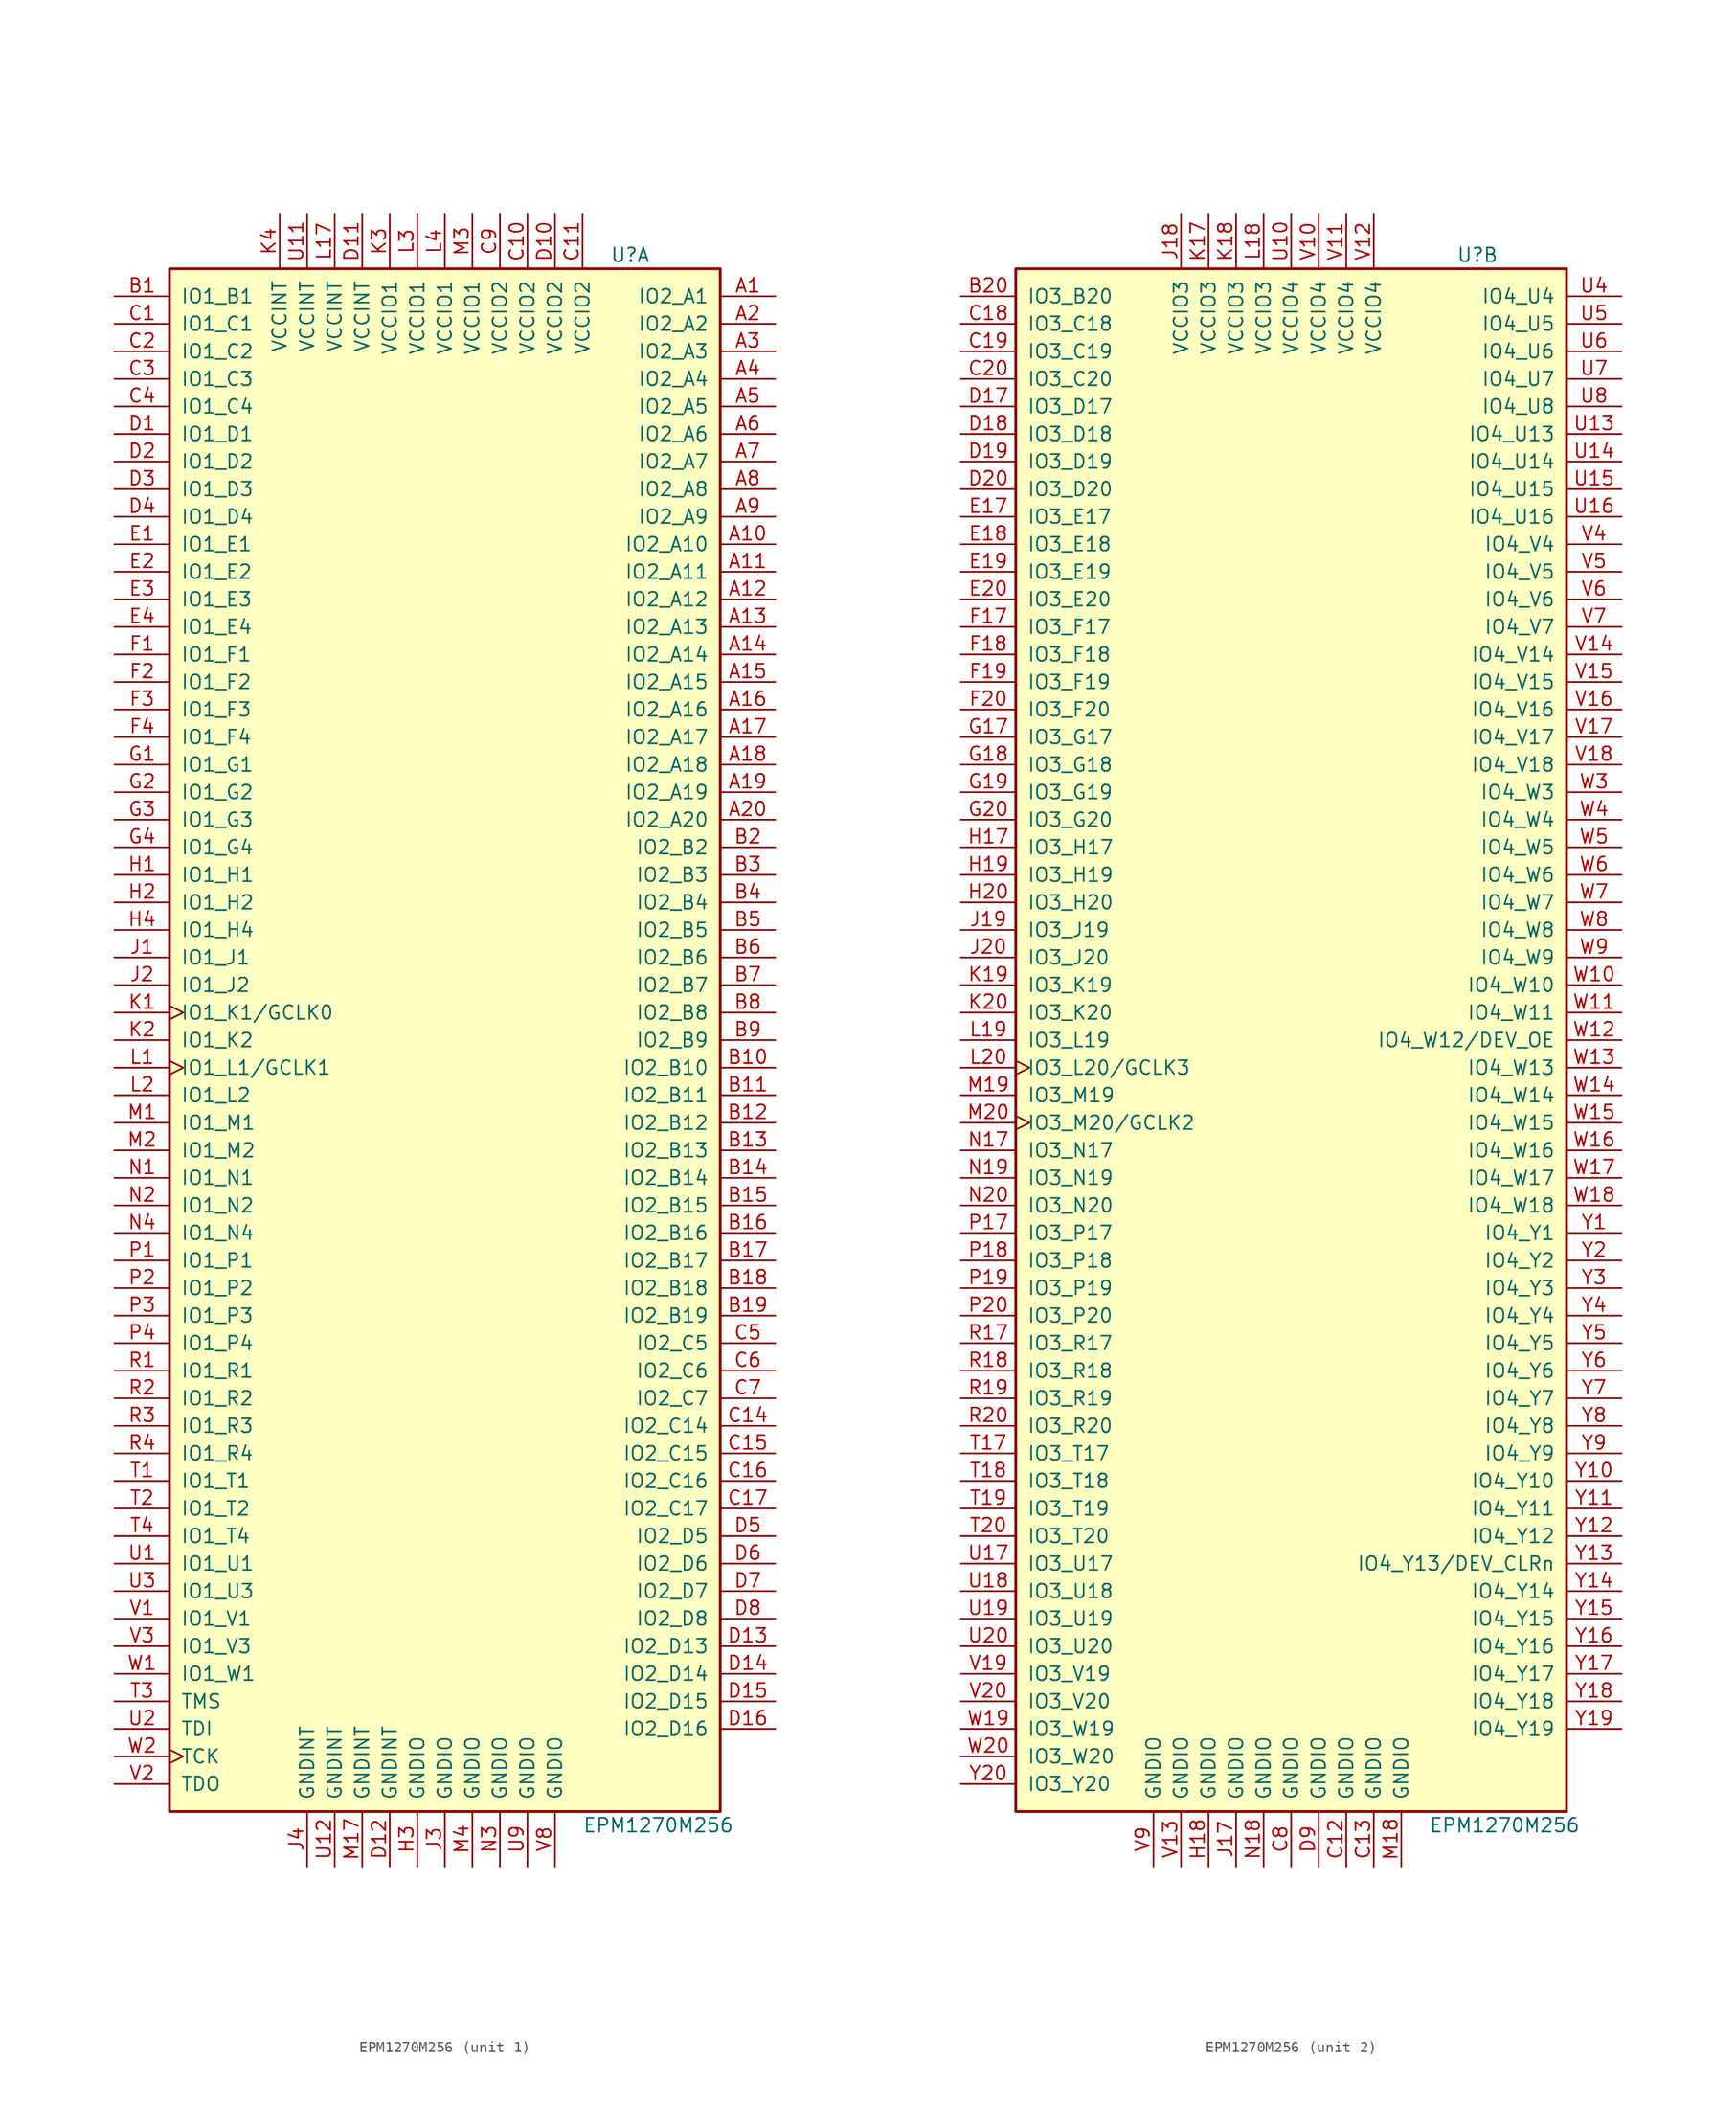
<source format=kicad_sym>
(kicad_symbol_lib
  (version 20231120)
  (generator "kicad_symbol_editor")
  (generator_version "8.0")
  (symbol "EPM1270M256"
    (pin_names
      (offset 1.016))
    (property "Reference" "U"
      (at 15.24 72.39 0)
      (effects (font (size 1.27 1.27)) (justify left)))
    (property "Value" "EPM1270M256"
      (at 12.7 -72.39 0)
      (effects (font (size 1.27 1.27)) (justify left)))
    (property "ki_locked" ""
      (at 0 0 0)
      (effects (font (size 1.27 1.27))))
    (symbol "EPM1270M256_1_1"
      (rectangle (start -25.4 71.12) (end 25.4 -71.12) (stroke (width 0.254) (type default)) (fill (type background)))
      (pin bidirectional line (at 30.48 68.58 180) (length 5.08) (name "IO2_A1" (effects (font (size 1.27 1.27)))) (number "A1" (effects (font (size 1.27 1.27)))))
      (pin bidirectional line (at 30.48 45.72 180) (length 5.08) (name "IO2_A10" (effects (font (size 1.27 1.27)))) (number "A10" (effects (font (size 1.27 1.27)))))
      (pin bidirectional line (at 30.48 43.18 180) (length 5.08) (name "IO2_A11" (effects (font (size 1.27 1.27)))) (number "A11" (effects (font (size 1.27 1.27)))))
      (pin bidirectional line (at 30.48 40.64 180) (length 5.08) (name "IO2_A12" (effects (font (size 1.27 1.27)))) (number "A12" (effects (font (size 1.27 1.27)))))
      (pin bidirectional line (at 30.48 38.1 180) (length 5.08) (name "IO2_A13" (effects (font (size 1.27 1.27)))) (number "A13" (effects (font (size 1.27 1.27)))))
      (pin bidirectional line (at 30.48 35.56 180) (length 5.08) (name "IO2_A14" (effects (font (size 1.27 1.27)))) (number "A14" (effects (font (size 1.27 1.27)))))
      (pin bidirectional line (at 30.48 33.02 180) (length 5.08) (name "IO2_A15" (effects (font (size 1.27 1.27)))) (number "A15" (effects (font (size 1.27 1.27)))))
      (pin bidirectional line (at 30.48 30.48 180) (length 5.08) (name "IO2_A16" (effects (font (size 1.27 1.27)))) (number "A16" (effects (font (size 1.27 1.27)))))
      (pin bidirectional line (at 30.48 27.94 180) (length 5.08) (name "IO2_A17" (effects (font (size 1.27 1.27)))) (number "A17" (effects (font (size 1.27 1.27)))))
      (pin bidirectional line (at 30.48 25.4 180) (length 5.08) (name "IO2_A18" (effects (font (size 1.27 1.27)))) (number "A18" (effects (font (size 1.27 1.27)))))
      (pin bidirectional line (at 30.48 22.86 180) (length 5.08) (name "IO2_A19" (effects (font (size 1.27 1.27)))) (number "A19" (effects (font (size 1.27 1.27)))))
      (pin bidirectional line (at 30.48 66.04 180) (length 5.08) (name "IO2_A2" (effects (font (size 1.27 1.27)))) (number "A2" (effects (font (size 1.27 1.27)))))
      (pin bidirectional line (at 30.48 20.32 180) (length 5.08) (name "IO2_A20" (effects (font (size 1.27 1.27)))) (number "A20" (effects (font (size 1.27 1.27)))))
      (pin bidirectional line (at 30.48 63.5 180) (length 5.08) (name "IO2_A3" (effects (font (size 1.27 1.27)))) (number "A3" (effects (font (size 1.27 1.27)))))
      (pin bidirectional line (at 30.48 60.96 180) (length 5.08) (name "IO2_A4" (effects (font (size 1.27 1.27)))) (number "A4" (effects (font (size 1.27 1.27)))))
      (pin bidirectional line (at 30.48 58.42 180) (length 5.08) (name "IO2_A5" (effects (font (size 1.27 1.27)))) (number "A5" (effects (font (size 1.27 1.27)))))
      (pin bidirectional line (at 30.48 55.88 180) (length 5.08) (name "IO2_A6" (effects (font (size 1.27 1.27)))) (number "A6" (effects (font (size 1.27 1.27)))))
      (pin bidirectional line (at 30.48 53.34 180) (length 5.08) (name "IO2_A7" (effects (font (size 1.27 1.27)))) (number "A7" (effects (font (size 1.27 1.27)))))
      (pin bidirectional line (at 30.48 50.8 180) (length 5.08) (name "IO2_A8" (effects (font (size 1.27 1.27)))) (number "A8" (effects (font (size 1.27 1.27)))))
      (pin bidirectional line (at 30.48 48.26 180) (length 5.08) (name "IO2_A9" (effects (font (size 1.27 1.27)))) (number "A9" (effects (font (size 1.27 1.27)))))
      (pin bidirectional line (at -30.48 68.58 0) (length 5.08) (name "IO1_B1" (effects (font (size 1.27 1.27)))) (number "B1" (effects (font (size 1.27 1.27)))))
      (pin bidirectional line (at 30.48 -2.54 180) (length 5.08) (name "IO2_B10" (effects (font (size 1.27 1.27)))) (number "B10" (effects (font (size 1.27 1.27)))))
      (pin bidirectional line (at 30.48 -5.08 180) (length 5.08) (name "IO2_B11" (effects (font (size 1.27 1.27)))) (number "B11" (effects (font (size 1.27 1.27)))))
      (pin bidirectional line (at 30.48 -7.62 180) (length 5.08) (name "IO2_B12" (effects (font (size 1.27 1.27)))) (number "B12" (effects (font (size 1.27 1.27)))))
      (pin bidirectional line (at 30.48 -10.16 180) (length 5.08) (name "IO2_B13" (effects (font (size 1.27 1.27)))) (number "B13" (effects (font (size 1.27 1.27)))))
      (pin bidirectional line (at 30.48 -12.7 180) (length 5.08) (name "IO2_B14" (effects (font (size 1.27 1.27)))) (number "B14" (effects (font (size 1.27 1.27)))))
      (pin bidirectional line (at 30.48 -15.24 180) (length 5.08) (name "IO2_B15" (effects (font (size 1.27 1.27)))) (number "B15" (effects (font (size 1.27 1.27)))))
      (pin bidirectional line (at 30.48 -17.78 180) (length 5.08) (name "IO2_B16" (effects (font (size 1.27 1.27)))) (number "B16" (effects (font (size 1.27 1.27)))))
      (pin bidirectional line (at 30.48 -20.32 180) (length 5.08) (name "IO2_B17" (effects (font (size 1.27 1.27)))) (number "B17" (effects (font (size 1.27 1.27)))))
      (pin bidirectional line (at 30.48 -22.86 180) (length 5.08) (name "IO2_B18" (effects (font (size 1.27 1.27)))) (number "B18" (effects (font (size 1.27 1.27)))))
      (pin bidirectional line (at 30.48 -25.4 180) (length 5.08) (name "IO2_B19" (effects (font (size 1.27 1.27)))) (number "B19" (effects (font (size 1.27 1.27)))))
      (pin bidirectional line (at 30.48 17.78 180) (length 5.08) (name "IO2_B2" (effects (font (size 1.27 1.27)))) (number "B2" (effects (font (size 1.27 1.27)))))
      (pin bidirectional line (at 30.48 15.24 180) (length 5.08) (name "IO2_B3" (effects (font (size 1.27 1.27)))) (number "B3" (effects (font (size 1.27 1.27)))))
      (pin bidirectional line (at 30.48 12.7 180) (length 5.08) (name "IO2_B4" (effects (font (size 1.27 1.27)))) (number "B4" (effects (font (size 1.27 1.27)))))
      (pin bidirectional line (at 30.48 10.16 180) (length 5.08) (name "IO2_B5" (effects (font (size 1.27 1.27)))) (number "B5" (effects (font (size 1.27 1.27)))))
      (pin bidirectional line (at 30.48 7.62 180) (length 5.08) (name "IO2_B6" (effects (font (size 1.27 1.27)))) (number "B6" (effects (font (size 1.27 1.27)))))
      (pin bidirectional line (at 30.48 5.08 180) (length 5.08) (name "IO2_B7" (effects (font (size 1.27 1.27)))) (number "B7" (effects (font (size 1.27 1.27)))))
      (pin bidirectional line (at 30.48 2.54 180) (length 5.08) (name "IO2_B8" (effects (font (size 1.27 1.27)))) (number "B8" (effects (font (size 1.27 1.27)))))
      (pin bidirectional line (at 30.48 0 180) (length 5.08) (name "IO2_B9" (effects (font (size 1.27 1.27)))) (number "B9" (effects (font (size 1.27 1.27)))))
      (pin bidirectional line (at -30.48 66.04 0) (length 5.08) (name "IO1_C1" (effects (font (size 1.27 1.27)))) (number "C1" (effects (font (size 1.27 1.27)))))
      (pin power_in line (at 7.62 76.2 270) (length 5.08) (name "VCCIO2" (effects (font (size 1.27 1.27)))) (number "C10" (effects (font (size 1.27 1.27)))))
      (pin power_in line (at 12.7 76.2 270) (length 5.08) (name "VCCIO2" (effects (font (size 1.27 1.27)))) (number "C11" (effects (font (size 1.27 1.27)))))
      (pin bidirectional line (at 30.48 -35.56 180) (length 5.08) (name "IO2_C14" (effects (font (size 1.27 1.27)))) (number "C14" (effects (font (size 1.27 1.27)))))
      (pin bidirectional line (at 30.48 -38.1 180) (length 5.08) (name "IO2_C15" (effects (font (size 1.27 1.27)))) (number "C15" (effects (font (size 1.27 1.27)))))
      (pin bidirectional line (at 30.48 -40.64 180) (length 5.08) (name "IO2_C16" (effects (font (size 1.27 1.27)))) (number "C16" (effects (font (size 1.27 1.27)))))
      (pin bidirectional line (at 30.48 -43.18 180) (length 5.08) (name "IO2_C17" (effects (font (size 1.27 1.27)))) (number "C17" (effects (font (size 1.27 1.27)))))
      (pin bidirectional line (at -30.48 63.5 0) (length 5.08) (name "IO1_C2" (effects (font (size 1.27 1.27)))) (number "C2" (effects (font (size 1.27 1.27)))))
      (pin bidirectional line (at -30.48 60.96 0) (length 5.08) (name "IO1_C3" (effects (font (size 1.27 1.27)))) (number "C3" (effects (font (size 1.27 1.27)))))
      (pin bidirectional line (at -30.48 58.42 0) (length 5.08) (name "IO1_C4" (effects (font (size 1.27 1.27)))) (number "C4" (effects (font (size 1.27 1.27)))))
      (pin bidirectional line (at 30.48 -27.94 180) (length 5.08) (name "IO2_C5" (effects (font (size 1.27 1.27)))) (number "C5" (effects (font (size 1.27 1.27)))))
      (pin bidirectional line (at 30.48 -30.48 180) (length 5.08) (name "IO2_C6" (effects (font (size 1.27 1.27)))) (number "C6" (effects (font (size 1.27 1.27)))))
      (pin bidirectional line (at 30.48 -33.02 180) (length 5.08) (name "IO2_C7" (effects (font (size 1.27 1.27)))) (number "C7" (effects (font (size 1.27 1.27)))))
      (pin power_in line (at 5.08 76.2 270) (length 5.08) (name "VCCIO2" (effects (font (size 1.27 1.27)))) (number "C9" (effects (font (size 1.27 1.27)))))
      (pin bidirectional line (at -30.48 55.88 0) (length 5.08) (name "IO1_D1" (effects (font (size 1.27 1.27)))) (number "D1" (effects (font (size 1.27 1.27)))))
      (pin power_in line (at 10.16 76.2 270) (length 5.08) (name "VCCIO2" (effects (font (size 1.27 1.27)))) (number "D10" (effects (font (size 1.27 1.27)))))
      (pin power_in line (at -7.62 76.2 270) (length 5.08) (name "VCCINT" (effects (font (size 1.27 1.27)))) (number "D11" (effects (font (size 1.27 1.27)))))
      (pin power_in line (at -5.08 -76.2 90) (length 5.08) (name "GNDINT" (effects (font (size 1.27 1.27)))) (number "D12" (effects (font (size 1.27 1.27)))))
      (pin bidirectional line (at 30.48 -55.88 180) (length 5.08) (name "IO2_D13" (effects (font (size 1.27 1.27)))) (number "D13" (effects (font (size 1.27 1.27)))))
      (pin bidirectional line (at 30.48 -58.42 180) (length 5.08) (name "IO2_D14" (effects (font (size 1.27 1.27)))) (number "D14" (effects (font (size 1.27 1.27)))))
      (pin bidirectional line (at 30.48 -60.96 180) (length 5.08) (name "IO2_D15" (effects (font (size 1.27 1.27)))) (number "D15" (effects (font (size 1.27 1.27)))))
      (pin bidirectional line (at 30.48 -63.5 180) (length 5.08) (name "IO2_D16" (effects (font (size 1.27 1.27)))) (number "D16" (effects (font (size 1.27 1.27)))))
      (pin bidirectional line (at -30.48 53.34 0) (length 5.08) (name "IO1_D2" (effects (font (size 1.27 1.27)))) (number "D2" (effects (font (size 1.27 1.27)))))
      (pin bidirectional line (at -30.48 50.8 0) (length 5.08) (name "IO1_D3" (effects (font (size 1.27 1.27)))) (number "D3" (effects (font (size 1.27 1.27)))))
      (pin bidirectional line (at -30.48 48.26 0) (length 5.08) (name "IO1_D4" (effects (font (size 1.27 1.27)))) (number "D4" (effects (font (size 1.27 1.27)))))
      (pin bidirectional line (at 30.48 -45.72 180) (length 5.08) (name "IO2_D5" (effects (font (size 1.27 1.27)))) (number "D5" (effects (font (size 1.27 1.27)))))
      (pin bidirectional line (at 30.48 -48.26 180) (length 5.08) (name "IO2_D6" (effects (font (size 1.27 1.27)))) (number "D6" (effects (font (size 1.27 1.27)))))
      (pin bidirectional line (at 30.48 -50.8 180) (length 5.08) (name "IO2_D7" (effects (font (size 1.27 1.27)))) (number "D7" (effects (font (size 1.27 1.27)))))
      (pin bidirectional line (at 30.48 -53.34 180) (length 5.08) (name "IO2_D8" (effects (font (size 1.27 1.27)))) (number "D8" (effects (font (size 1.27 1.27)))))
      (pin bidirectional line (at -30.48 45.72 0) (length 5.08) (name "IO1_E1" (effects (font (size 1.27 1.27)))) (number "E1" (effects (font (size 1.27 1.27)))))
      (pin bidirectional line (at -30.48 43.18 0) (length 5.08) (name "IO1_E2" (effects (font (size 1.27 1.27)))) (number "E2" (effects (font (size 1.27 1.27)))))
      (pin bidirectional line (at -30.48 40.64 0) (length 5.08) (name "IO1_E3" (effects (font (size 1.27 1.27)))) (number "E3" (effects (font (size 1.27 1.27)))))
      (pin bidirectional line (at -30.48 38.1 0) (length 5.08) (name "IO1_E4" (effects (font (size 1.27 1.27)))) (number "E4" (effects (font (size 1.27 1.27)))))
      (pin bidirectional line (at -30.48 35.56 0) (length 5.08) (name "IO1_F1" (effects (font (size 1.27 1.27)))) (number "F1" (effects (font (size 1.27 1.27)))))
      (pin bidirectional line (at -30.48 33.02 0) (length 5.08) (name "IO1_F2" (effects (font (size 1.27 1.27)))) (number "F2" (effects (font (size 1.27 1.27)))))
      (pin bidirectional line (at -30.48 30.48 0) (length 5.08) (name "IO1_F3" (effects (font (size 1.27 1.27)))) (number "F3" (effects (font (size 1.27 1.27)))))
      (pin bidirectional line (at -30.48 27.94 0) (length 5.08) (name "IO1_F4" (effects (font (size 1.27 1.27)))) (number "F4" (effects (font (size 1.27 1.27)))))
      (pin bidirectional line (at -30.48 25.4 0) (length 5.08) (name "IO1_G1" (effects (font (size 1.27 1.27)))) (number "G1" (effects (font (size 1.27 1.27)))))
      (pin bidirectional line (at -30.48 22.86 0) (length 5.08) (name "IO1_G2" (effects (font (size 1.27 1.27)))) (number "G2" (effects (font (size 1.27 1.27)))))
      (pin bidirectional line (at -30.48 20.32 0) (length 5.08) (name "IO1_G3" (effects (font (size 1.27 1.27)))) (number "G3" (effects (font (size 1.27 1.27)))))
      (pin bidirectional line (at -30.48 17.78 0) (length 5.08) (name "IO1_G4" (effects (font (size 1.27 1.27)))) (number "G4" (effects (font (size 1.27 1.27)))))
      (pin bidirectional line (at -30.48 15.24 0) (length 5.08) (name "IO1_H1" (effects (font (size 1.27 1.27)))) (number "H1" (effects (font (size 1.27 1.27)))))
      (pin bidirectional line (at -30.48 12.7 0) (length 5.08) (name "IO1_H2" (effects (font (size 1.27 1.27)))) (number "H2" (effects (font (size 1.27 1.27)))))
      (pin power_in line (at -2.54 -76.2 90) (length 5.08) (name "GNDIO" (effects (font (size 1.27 1.27)))) (number "H3" (effects (font (size 1.27 1.27)))))
      (pin bidirectional line (at -30.48 10.16 0) (length 5.08) (name "IO1_H4" (effects (font (size 1.27 1.27)))) (number "H4" (effects (font (size 1.27 1.27)))))
      (pin bidirectional line (at -30.48 7.62 0) (length 5.08) (name "IO1_J1" (effects (font (size 1.27 1.27)))) (number "J1" (effects (font (size 1.27 1.27)))))
      (pin bidirectional line (at -30.48 5.08 0) (length 5.08) (name "IO1_J2" (effects (font (size 1.27 1.27)))) (number "J2" (effects (font (size 1.27 1.27)))))
      (pin power_in line (at 0 -76.2 90) (length 5.08) (name "GNDIO" (effects (font (size 1.27 1.27)))) (number "J3" (effects (font (size 1.27 1.27)))))
      (pin power_in line (at -12.7 -76.2 90) (length 5.08) (name "GNDINT" (effects (font (size 1.27 1.27)))) (number "J4" (effects (font (size 1.27 1.27)))))
      (pin bidirectional clock (at -30.48 2.54 0) (length 5.08) (name "IO1_K1/GCLK0" (effects (font (size 1.27 1.27)))) (number "K1" (effects (font (size 1.27 1.27)))))
      (pin bidirectional line (at -30.48 0 0) (length 5.08) (name "IO1_K2" (effects (font (size 1.27 1.27)))) (number "K2" (effects (font (size 1.27 1.27)))))
      (pin power_in line (at -5.08 76.2 270) (length 5.08) (name "VCCIO1" (effects (font (size 1.27 1.27)))) (number "K3" (effects (font (size 1.27 1.27)))))
      (pin power_in line (at -15.24 76.2 270) (length 5.08) (name "VCCINT" (effects (font (size 1.27 1.27)))) (number "K4" (effects (font (size 1.27 1.27)))))
      (pin bidirectional clock (at -30.48 -2.54 0) (length 5.08) (name "IO1_L1/GCLK1" (effects (font (size 1.27 1.27)))) (number "L1" (effects (font (size 1.27 1.27)))))
      (pin power_in line (at -10.16 76.2 270) (length 5.08) (name "VCCINT" (effects (font (size 1.27 1.27)))) (number "L17" (effects (font (size 1.27 1.27)))))
      (pin bidirectional line (at -30.48 -5.08 0) (length 5.08) (name "IO1_L2" (effects (font (size 1.27 1.27)))) (number "L2" (effects (font (size 1.27 1.27)))))
      (pin power_in line (at -2.54 76.2 270) (length 5.08) (name "VCCIO1" (effects (font (size 1.27 1.27)))) (number "L3" (effects (font (size 1.27 1.27)))))
      (pin power_in line (at 0 76.2 270) (length 5.08) (name "VCCIO1" (effects (font (size 1.27 1.27)))) (number "L4" (effects (font (size 1.27 1.27)))))
      (pin bidirectional line (at -30.48 -7.62 0) (length 5.08) (name "IO1_M1" (effects (font (size 1.27 1.27)))) (number "M1" (effects (font (size 1.27 1.27)))))
      (pin power_in line (at -7.62 -76.2 90) (length 5.08) (name "GNDINT" (effects (font (size 1.27 1.27)))) (number "M17" (effects (font (size 1.27 1.27)))))
      (pin bidirectional line (at -30.48 -10.16 0) (length 5.08) (name "IO1_M2" (effects (font (size 1.27 1.27)))) (number "M2" (effects (font (size 1.27 1.27)))))
      (pin power_in line (at 2.54 76.2 270) (length 5.08) (name "VCCIO1" (effects (font (size 1.27 1.27)))) (number "M3" (effects (font (size 1.27 1.27)))))
      (pin power_in line (at 2.54 -76.2 90) (length 5.08) (name "GNDIO" (effects (font (size 1.27 1.27)))) (number "M4" (effects (font (size 1.27 1.27)))))
      (pin bidirectional line (at -30.48 -12.7 0) (length 5.08) (name "IO1_N1" (effects (font (size 1.27 1.27)))) (number "N1" (effects (font (size 1.27 1.27)))))
      (pin bidirectional line (at -30.48 -15.24 0) (length 5.08) (name "IO1_N2" (effects (font (size 1.27 1.27)))) (number "N2" (effects (font (size 1.27 1.27)))))
      (pin power_in line (at 5.08 -76.2 90) (length 5.08) (name "GNDIO" (effects (font (size 1.27 1.27)))) (number "N3" (effects (font (size 1.27 1.27)))))
      (pin bidirectional line (at -30.48 -17.78 0) (length 5.08) (name "IO1_N4" (effects (font (size 1.27 1.27)))) (number "N4" (effects (font (size 1.27 1.27)))))
      (pin bidirectional line (at -30.48 -20.32 0) (length 5.08) (name "IO1_P1" (effects (font (size 1.27 1.27)))) (number "P1" (effects (font (size 1.27 1.27)))))
      (pin bidirectional line (at -30.48 -22.86 0) (length 5.08) (name "IO1_P2" (effects (font (size 1.27 1.27)))) (number "P2" (effects (font (size 1.27 1.27)))))
      (pin bidirectional line (at -30.48 -25.4 0) (length 5.08) (name "IO1_P3" (effects (font (size 1.27 1.27)))) (number "P3" (effects (font (size 1.27 1.27)))))
      (pin bidirectional line (at -30.48 -27.94 0) (length 5.08) (name "IO1_P4" (effects (font (size 1.27 1.27)))) (number "P4" (effects (font (size 1.27 1.27)))))
      (pin bidirectional line (at -30.48 -30.48 0) (length 5.08) (name "IO1_R1" (effects (font (size 1.27 1.27)))) (number "R1" (effects (font (size 1.27 1.27)))))
      (pin bidirectional line (at -30.48 -33.02 0) (length 5.08) (name "IO1_R2" (effects (font (size 1.27 1.27)))) (number "R2" (effects (font (size 1.27 1.27)))))
      (pin bidirectional line (at -30.48 -35.56 0) (length 5.08) (name "IO1_R3" (effects (font (size 1.27 1.27)))) (number "R3" (effects (font (size 1.27 1.27)))))
      (pin bidirectional line (at -30.48 -38.1 0) (length 5.08) (name "IO1_R4" (effects (font (size 1.27 1.27)))) (number "R4" (effects (font (size 1.27 1.27)))))
      (pin bidirectional line (at -30.48 -40.64 0) (length 5.08) (name "IO1_T1" (effects (font (size 1.27 1.27)))) (number "T1" (effects (font (size 1.27 1.27)))))
      (pin bidirectional line (at -30.48 -43.18 0) (length 5.08) (name "IO1_T2" (effects (font (size 1.27 1.27)))) (number "T2" (effects (font (size 1.27 1.27)))))
      (pin input line (at -30.48 -60.96 0) (length 5.08) (name "TMS" (effects (font (size 1.27 1.27)))) (number "T3" (effects (font (size 1.27 1.27)))))
      (pin bidirectional line (at -30.48 -45.72 0) (length 5.08) (name "IO1_T4" (effects (font (size 1.27 1.27)))) (number "T4" (effects (font (size 1.27 1.27)))))
      (pin bidirectional line (at -30.48 -48.26 0) (length 5.08) (name "IO1_U1" (effects (font (size 1.27 1.27)))) (number "U1" (effects (font (size 1.27 1.27)))))
      (pin power_in line (at -12.7 76.2 270) (length 5.08) (name "VCCINT" (effects (font (size 1.27 1.27)))) (number "U11" (effects (font (size 1.27 1.27)))))
      (pin power_in line (at -10.16 -76.2 90) (length 5.08) (name "GNDINT" (effects (font (size 1.27 1.27)))) (number "U12" (effects (font (size 1.27 1.27)))))
      (pin input line (at -30.48 -63.5 0) (length 5.08) (name "TDI" (effects (font (size 1.27 1.27)))) (number "U2" (effects (font (size 1.27 1.27)))))
      (pin bidirectional line (at -30.48 -50.8 0) (length 5.08) (name "IO1_U3" (effects (font (size 1.27 1.27)))) (number "U3" (effects (font (size 1.27 1.27)))))
      (pin power_in line (at 7.62 -76.2 90) (length 5.08) (name "GNDIO" (effects (font (size 1.27 1.27)))) (number "U9" (effects (font (size 1.27 1.27)))))
      (pin bidirectional line (at -30.48 -53.34 0) (length 5.08) (name "IO1_V1" (effects (font (size 1.27 1.27)))) (number "V1" (effects (font (size 1.27 1.27)))))
      (pin output line (at -30.48 -68.58 0) (length 5.08) (name "TDO" (effects (font (size 1.27 1.27)))) (number "V2" (effects (font (size 1.27 1.27)))))
      (pin bidirectional line (at -30.48 -55.88 0) (length 5.08) (name "IO1_V3" (effects (font (size 1.27 1.27)))) (number "V3" (effects (font (size 1.27 1.27)))))
      (pin power_in line (at 10.16 -76.2 90) (length 5.08) (name "GNDIO" (effects (font (size 1.27 1.27)))) (number "V8" (effects (font (size 1.27 1.27)))))
      (pin bidirectional line (at -30.48 -58.42 0) (length 5.08) (name "IO1_W1" (effects (font (size 1.27 1.27)))) (number "W1" (effects (font (size 1.27 1.27)))))
      (pin input clock (at -30.48 -66.04 0) (length 5.08) (name "TCK" (effects (font (size 1.27 1.27)))) (number "W2" (effects (font (size 1.27 1.27))))))
    (symbol "EPM1270M256_2_1"
      (rectangle (start -25.4 71.12) (end 25.4 -71.12) (stroke (width 0.254) (type default)) (fill (type background)))
      (pin bidirectional line (at -30.48 68.58 0) (length 5.08) (name "IO3_B20" (effects (font (size 1.27 1.27)))) (number "B20" (effects (font (size 1.27 1.27)))))
      (pin power_in line (at 5.08 -76.2 90) (length 5.08) (name "GNDIO" (effects (font (size 1.27 1.27)))) (number "C12" (effects (font (size 1.27 1.27)))))
      (pin power_in line (at 7.62 -76.2 90) (length 5.08) (name "GNDIO" (effects (font (size 1.27 1.27)))) (number "C13" (effects (font (size 1.27 1.27)))))
      (pin bidirectional line (at -30.48 66.04 0) (length 5.08) (name "IO3_C18" (effects (font (size 1.27 1.27)))) (number "C18" (effects (font (size 1.27 1.27)))))
      (pin bidirectional line (at -30.48 63.5 0) (length 5.08) (name "IO3_C19" (effects (font (size 1.27 1.27)))) (number "C19" (effects (font (size 1.27 1.27)))))
      (pin bidirectional line (at -30.48 60.96 0) (length 5.08) (name "IO3_C20" (effects (font (size 1.27 1.27)))) (number "C20" (effects (font (size 1.27 1.27)))))
      (pin power_in line (at 0 -76.2 90) (length 5.08) (name "GNDIO" (effects (font (size 1.27 1.27)))) (number "C8" (effects (font (size 1.27 1.27)))))
      (pin bidirectional line (at -30.48 58.42 0) (length 5.08) (name "IO3_D17" (effects (font (size 1.27 1.27)))) (number "D17" (effects (font (size 1.27 1.27)))))
      (pin bidirectional line (at -30.48 55.88 0) (length 5.08) (name "IO3_D18" (effects (font (size 1.27 1.27)))) (number "D18" (effects (font (size 1.27 1.27)))))
      (pin bidirectional line (at -30.48 53.34 0) (length 5.08) (name "IO3_D19" (effects (font (size 1.27 1.27)))) (number "D19" (effects (font (size 1.27 1.27)))))
      (pin bidirectional line (at -30.48 50.8 0) (length 5.08) (name "IO3_D20" (effects (font (size 1.27 1.27)))) (number "D20" (effects (font (size 1.27 1.27)))))
      (pin power_in line (at 2.54 -76.2 90) (length 5.08) (name "GNDIO" (effects (font (size 1.27 1.27)))) (number "D9" (effects (font (size 1.27 1.27)))))
      (pin bidirectional line (at -30.48 48.26 0) (length 5.08) (name "IO3_E17" (effects (font (size 1.27 1.27)))) (number "E17" (effects (font (size 1.27 1.27)))))
      (pin bidirectional line (at -30.48 45.72 0) (length 5.08) (name "IO3_E18" (effects (font (size 1.27 1.27)))) (number "E18" (effects (font (size 1.27 1.27)))))
      (pin bidirectional line (at -30.48 43.18 0) (length 5.08) (name "IO3_E19" (effects (font (size 1.27 1.27)))) (number "E19" (effects (font (size 1.27 1.27)))))
      (pin bidirectional line (at -30.48 40.64 0) (length 5.08) (name "IO3_E20" (effects (font (size 1.27 1.27)))) (number "E20" (effects (font (size 1.27 1.27)))))
      (pin bidirectional line (at -30.48 38.1 0) (length 5.08) (name "IO3_F17" (effects (font (size 1.27 1.27)))) (number "F17" (effects (font (size 1.27 1.27)))))
      (pin bidirectional line (at -30.48 35.56 0) (length 5.08) (name "IO3_F18" (effects (font (size 1.27 1.27)))) (number "F18" (effects (font (size 1.27 1.27)))))
      (pin bidirectional line (at -30.48 33.02 0) (length 5.08) (name "IO3_F19" (effects (font (size 1.27 1.27)))) (number "F19" (effects (font (size 1.27 1.27)))))
      (pin bidirectional line (at -30.48 30.48 0) (length 5.08) (name "IO3_F20" (effects (font (size 1.27 1.27)))) (number "F20" (effects (font (size 1.27 1.27)))))
      (pin bidirectional line (at -30.48 27.94 0) (length 5.08) (name "IO3_G17" (effects (font (size 1.27 1.27)))) (number "G17" (effects (font (size 1.27 1.27)))))
      (pin bidirectional line (at -30.48 25.4 0) (length 5.08) (name "IO3_G18" (effects (font (size 1.27 1.27)))) (number "G18" (effects (font (size 1.27 1.27)))))
      (pin bidirectional line (at -30.48 22.86 0) (length 5.08) (name "IO3_G19" (effects (font (size 1.27 1.27)))) (number "G19" (effects (font (size 1.27 1.27)))))
      (pin bidirectional line (at -30.48 20.32 0) (length 5.08) (name "IO3_G20" (effects (font (size 1.27 1.27)))) (number "G20" (effects (font (size 1.27 1.27)))))
      (pin bidirectional line (at -30.48 17.78 0) (length 5.08) (name "IO3_H17" (effects (font (size 1.27 1.27)))) (number "H17" (effects (font (size 1.27 1.27)))))
      (pin power_in line (at -7.62 -76.2 90) (length 5.08) (name "GNDIO" (effects (font (size 1.27 1.27)))) (number "H18" (effects (font (size 1.27 1.27)))))
      (pin bidirectional line (at -30.48 15.24 0) (length 5.08) (name "IO3_H19" (effects (font (size 1.27 1.27)))) (number "H19" (effects (font (size 1.27 1.27)))))
      (pin bidirectional line (at -30.48 12.7 0) (length 5.08) (name "IO3_H20" (effects (font (size 1.27 1.27)))) (number "H20" (effects (font (size 1.27 1.27)))))
      (pin power_in line (at -5.08 -76.2 90) (length 5.08) (name "GNDIO" (effects (font (size 1.27 1.27)))) (number "J17" (effects (font (size 1.27 1.27)))))
      (pin power_in line (at -10.16 76.2 270) (length 5.08) (name "VCCIO3" (effects (font (size 1.27 1.27)))) (number "J18" (effects (font (size 1.27 1.27)))))
      (pin bidirectional line (at -30.48 10.16 0) (length 5.08) (name "IO3_J19" (effects (font (size 1.27 1.27)))) (number "J19" (effects (font (size 1.27 1.27)))))
      (pin bidirectional line (at -30.48 7.62 0) (length 5.08) (name "IO3_J20" (effects (font (size 1.27 1.27)))) (number "J20" (effects (font (size 1.27 1.27)))))
      (pin power_in line (at -7.62 76.2 270) (length 5.08) (name "VCCIO3" (effects (font (size 1.27 1.27)))) (number "K17" (effects (font (size 1.27 1.27)))))
      (pin power_in line (at -5.08 76.2 270) (length 5.08) (name "VCCIO3" (effects (font (size 1.27 1.27)))) (number "K18" (effects (font (size 1.27 1.27)))))
      (pin bidirectional line (at -30.48 5.08 0) (length 5.08) (name "IO3_K19" (effects (font (size 1.27 1.27)))) (number "K19" (effects (font (size 1.27 1.27)))))
      (pin bidirectional line (at -30.48 2.54 0) (length 5.08) (name "IO3_K20" (effects (font (size 1.27 1.27)))) (number "K20" (effects (font (size 1.27 1.27)))))
      (pin power_in line (at -2.54 76.2 270) (length 5.08) (name "VCCIO3" (effects (font (size 1.27 1.27)))) (number "L18" (effects (font (size 1.27 1.27)))))
      (pin bidirectional line (at -30.48 0 0) (length 5.08) (name "IO3_L19" (effects (font (size 1.27 1.27)))) (number "L19" (effects (font (size 1.27 1.27)))))
      (pin bidirectional clock (at -30.48 -2.54 0) (length 5.08) (name "IO3_L20/GCLK3" (effects (font (size 1.27 1.27)))) (number "L20" (effects (font (size 1.27 1.27)))))
      (pin power_in line (at 10.16 -76.2 90) (length 5.08) (name "GNDIO" (effects (font (size 1.27 1.27)))) (number "M18" (effects (font (size 1.27 1.27)))))
      (pin bidirectional line (at -30.48 -5.08 0) (length 5.08) (name "IO3_M19" (effects (font (size 1.27 1.27)))) (number "M19" (effects (font (size 1.27 1.27)))))
      (pin bidirectional clock (at -30.48 -7.62 0) (length 5.08) (name "IO3_M20/GCLK2" (effects (font (size 1.27 1.27)))) (number "M20" (effects (font (size 1.27 1.27)))))
      (pin bidirectional line (at -30.48 -10.16 0) (length 5.08) (name "IO3_N17" (effects (font (size 1.27 1.27)))) (number "N17" (effects (font (size 1.27 1.27)))))
      (pin power_in line (at -2.54 -76.2 90) (length 5.08) (name "GNDIO" (effects (font (size 1.27 1.27)))) (number "N18" (effects (font (size 1.27 1.27)))))
      (pin bidirectional line (at -30.48 -12.7 0) (length 5.08) (name "IO3_N19" (effects (font (size 1.27 1.27)))) (number "N19" (effects (font (size 1.27 1.27)))))
      (pin bidirectional line (at -30.48 -15.24 0) (length 5.08) (name "IO3_N20" (effects (font (size 1.27 1.27)))) (number "N20" (effects (font (size 1.27 1.27)))))
      (pin bidirectional line (at -30.48 -17.78 0) (length 5.08) (name "IO3_P17" (effects (font (size 1.27 1.27)))) (number "P17" (effects (font (size 1.27 1.27)))))
      (pin bidirectional line (at -30.48 -20.32 0) (length 5.08) (name "IO3_P18" (effects (font (size 1.27 1.27)))) (number "P18" (effects (font (size 1.27 1.27)))))
      (pin bidirectional line (at -30.48 -22.86 0) (length 5.08) (name "IO3_P19" (effects (font (size 1.27 1.27)))) (number "P19" (effects (font (size 1.27 1.27)))))
      (pin bidirectional line (at -30.48 -25.4 0) (length 5.08) (name "IO3_P20" (effects (font (size 1.27 1.27)))) (number "P20" (effects (font (size 1.27 1.27)))))
      (pin bidirectional line (at -30.48 -27.94 0) (length 5.08) (name "IO3_R17" (effects (font (size 1.27 1.27)))) (number "R17" (effects (font (size 1.27 1.27)))))
      (pin bidirectional line (at -30.48 -30.48 0) (length 5.08) (name "IO3_R18" (effects (font (size 1.27 1.27)))) (number "R18" (effects (font (size 1.27 1.27)))))
      (pin bidirectional line (at -30.48 -33.02 0) (length 5.08) (name "IO3_R19" (effects (font (size 1.27 1.27)))) (number "R19" (effects (font (size 1.27 1.27)))))
      (pin bidirectional line (at -30.48 -35.56 0) (length 5.08) (name "IO3_R20" (effects (font (size 1.27 1.27)))) (number "R20" (effects (font (size 1.27 1.27)))))
      (pin bidirectional line (at -30.48 -38.1 0) (length 5.08) (name "IO3_T17" (effects (font (size 1.27 1.27)))) (number "T17" (effects (font (size 1.27 1.27)))))
      (pin bidirectional line (at -30.48 -40.64 0) (length 5.08) (name "IO3_T18" (effects (font (size 1.27 1.27)))) (number "T18" (effects (font (size 1.27 1.27)))))
      (pin bidirectional line (at -30.48 -43.18 0) (length 5.08) (name "IO3_T19" (effects (font (size 1.27 1.27)))) (number "T19" (effects (font (size 1.27 1.27)))))
      (pin bidirectional line (at -30.48 -45.72 0) (length 5.08) (name "IO3_T20" (effects (font (size 1.27 1.27)))) (number "T20" (effects (font (size 1.27 1.27)))))
      (pin power_in line (at 0 76.2 270) (length 5.08) (name "VCCIO4" (effects (font (size 1.27 1.27)))) (number "U10" (effects (font (size 1.27 1.27)))))
      (pin bidirectional line (at 30.48 55.88 180) (length 5.08) (name "IO4_U13" (effects (font (size 1.27 1.27)))) (number "U13" (effects (font (size 1.27 1.27)))))
      (pin bidirectional line (at 30.48 53.34 180) (length 5.08) (name "IO4_U14" (effects (font (size 1.27 1.27)))) (number "U14" (effects (font (size 1.27 1.27)))))
      (pin bidirectional line (at 30.48 50.8 180) (length 5.08) (name "IO4_U15" (effects (font (size 1.27 1.27)))) (number "U15" (effects (font (size 1.27 1.27)))))
      (pin bidirectional line (at 30.48 48.26 180) (length 5.08) (name "IO4_U16" (effects (font (size 1.27 1.27)))) (number "U16" (effects (font (size 1.27 1.27)))))
      (pin bidirectional line (at -30.48 -48.26 0) (length 5.08) (name "IO3_U17" (effects (font (size 1.27 1.27)))) (number "U17" (effects (font (size 1.27 1.27)))))
      (pin bidirectional line (at -30.48 -50.8 0) (length 5.08) (name "IO3_U18" (effects (font (size 1.27 1.27)))) (number "U18" (effects (font (size 1.27 1.27)))))
      (pin bidirectional line (at -30.48 -53.34 0) (length 5.08) (name "IO3_U19" (effects (font (size 1.27 1.27)))) (number "U19" (effects (font (size 1.27 1.27)))))
      (pin bidirectional line (at -30.48 -55.88 0) (length 5.08) (name "IO3_U20" (effects (font (size 1.27 1.27)))) (number "U20" (effects (font (size 1.27 1.27)))))
      (pin bidirectional line (at 30.48 68.58 180) (length 5.08) (name "IO4_U4" (effects (font (size 1.27 1.27)))) (number "U4" (effects (font (size 1.27 1.27)))))
      (pin bidirectional line (at 30.48 66.04 180) (length 5.08) (name "IO4_U5" (effects (font (size 1.27 1.27)))) (number "U5" (effects (font (size 1.27 1.27)))))
      (pin bidirectional line (at 30.48 63.5 180) (length 5.08) (name "IO4_U6" (effects (font (size 1.27 1.27)))) (number "U6" (effects (font (size 1.27 1.27)))))
      (pin bidirectional line (at 30.48 60.96 180) (length 5.08) (name "IO4_U7" (effects (font (size 1.27 1.27)))) (number "U7" (effects (font (size 1.27 1.27)))))
      (pin bidirectional line (at 30.48 58.42 180) (length 5.08) (name "IO4_U8" (effects (font (size 1.27 1.27)))) (number "U8" (effects (font (size 1.27 1.27)))))
      (pin power_in line (at 2.54 76.2 270) (length 5.08) (name "VCCIO4" (effects (font (size 1.27 1.27)))) (number "V10" (effects (font (size 1.27 1.27)))))
      (pin power_in line (at 5.08 76.2 270) (length 5.08) (name "VCCIO4" (effects (font (size 1.27 1.27)))) (number "V11" (effects (font (size 1.27 1.27)))))
      (pin power_in line (at 7.62 76.2 270) (length 5.08) (name "VCCIO4" (effects (font (size 1.27 1.27)))) (number "V12" (effects (font (size 1.27 1.27)))))
      (pin power_in line (at -10.16 -76.2 90) (length 5.08) (name "GNDIO" (effects (font (size 1.27 1.27)))) (number "V13" (effects (font (size 1.27 1.27)))))
      (pin bidirectional line (at 30.48 35.56 180) (length 5.08) (name "IO4_V14" (effects (font (size 1.27 1.27)))) (number "V14" (effects (font (size 1.27 1.27)))))
      (pin bidirectional line (at 30.48 33.02 180) (length 5.08) (name "IO4_V15" (effects (font (size 1.27 1.27)))) (number "V15" (effects (font (size 1.27 1.27)))))
      (pin bidirectional line (at 30.48 30.48 180) (length 5.08) (name "IO4_V16" (effects (font (size 1.27 1.27)))) (number "V16" (effects (font (size 1.27 1.27)))))
      (pin bidirectional line (at 30.48 27.94 180) (length 5.08) (name "IO4_V17" (effects (font (size 1.27 1.27)))) (number "V17" (effects (font (size 1.27 1.27)))))
      (pin bidirectional line (at 30.48 25.4 180) (length 5.08) (name "IO4_V18" (effects (font (size 1.27 1.27)))) (number "V18" (effects (font (size 1.27 1.27)))))
      (pin bidirectional line (at -30.48 -58.42 0) (length 5.08) (name "IO3_V19" (effects (font (size 1.27 1.27)))) (number "V19" (effects (font (size 1.27 1.27)))))
      (pin bidirectional line (at -30.48 -60.96 0) (length 5.08) (name "IO3_V20" (effects (font (size 1.27 1.27)))) (number "V20" (effects (font (size 1.27 1.27)))))
      (pin bidirectional line (at 30.48 45.72 180) (length 5.08) (name "IO4_V4" (effects (font (size 1.27 1.27)))) (number "V4" (effects (font (size 1.27 1.27)))))
      (pin bidirectional line (at 30.48 43.18 180) (length 5.08) (name "IO4_V5" (effects (font (size 1.27 1.27)))) (number "V5" (effects (font (size 1.27 1.27)))))
      (pin bidirectional line (at 30.48 40.64 180) (length 5.08) (name "IO4_V6" (effects (font (size 1.27 1.27)))) (number "V6" (effects (font (size 1.27 1.27)))))
      (pin bidirectional line (at 30.48 38.1 180) (length 5.08) (name "IO4_V7" (effects (font (size 1.27 1.27)))) (number "V7" (effects (font (size 1.27 1.27)))))
      (pin power_in line (at -12.7 -76.2 90) (length 5.08) (name "GNDIO" (effects (font (size 1.27 1.27)))) (number "V9" (effects (font (size 1.27 1.27)))))
      (pin bidirectional line (at 30.48 5.08 180) (length 5.08) (name "IO4_W10" (effects (font (size 1.27 1.27)))) (number "W10" (effects (font (size 1.27 1.27)))))
      (pin bidirectional line (at 30.48 2.54 180) (length 5.08) (name "IO4_W11" (effects (font (size 1.27 1.27)))) (number "W11" (effects (font (size 1.27 1.27)))))
      (pin bidirectional line (at 30.48 0 180) (length 5.08) (name "IO4_W12/DEV_OE" (effects (font (size 1.27 1.27)))) (number "W12" (effects (font (size 1.27 1.27)))))
      (pin bidirectional line (at 30.48 -2.54 180) (length 5.08) (name "IO4_W13" (effects (font (size 1.27 1.27)))) (number "W13" (effects (font (size 1.27 1.27)))))
      (pin bidirectional line (at 30.48 -5.08 180) (length 5.08) (name "IO4_W14" (effects (font (size 1.27 1.27)))) (number "W14" (effects (font (size 1.27 1.27)))))
      (pin bidirectional line (at 30.48 -7.62 180) (length 5.08) (name "IO4_W15" (effects (font (size 1.27 1.27)))) (number "W15" (effects (font (size 1.27 1.27)))))
      (pin bidirectional line (at 30.48 -10.16 180) (length 5.08) (name "IO4_W16" (effects (font (size 1.27 1.27)))) (number "W16" (effects (font (size 1.27 1.27)))))
      (pin bidirectional line (at 30.48 -12.7 180) (length 5.08) (name "IO4_W17" (effects (font (size 1.27 1.27)))) (number "W17" (effects (font (size 1.27 1.27)))))
      (pin bidirectional line (at 30.48 -15.24 180) (length 5.08) (name "IO4_W18" (effects (font (size 1.27 1.27)))) (number "W18" (effects (font (size 1.27 1.27)))))
      (pin bidirectional line (at -30.48 -63.5 0) (length 5.08) (name "IO3_W19" (effects (font (size 1.27 1.27)))) (number "W19" (effects (font (size 1.27 1.27)))))
      (pin bidirectional line (at -30.48 -66.04 0) (length 5.08) (name "IO3_W20" (effects (font (size 1.27 1.27)))) (number "W20" (effects (font (size 1.27 1.27)))))
      (pin bidirectional line (at 30.48 22.86 180) (length 5.08) (name "IO4_W3" (effects (font (size 1.27 1.27)))) (number "W3" (effects (font (size 1.27 1.27)))))
      (pin bidirectional line (at 30.48 20.32 180) (length 5.08) (name "IO4_W4" (effects (font (size 1.27 1.27)))) (number "W4" (effects (font (size 1.27 1.27)))))
      (pin bidirectional line (at 30.48 17.78 180) (length 5.08) (name "IO4_W5" (effects (font (size 1.27 1.27)))) (number "W5" (effects (font (size 1.27 1.27)))))
      (pin bidirectional line (at 30.48 15.24 180) (length 5.08) (name "IO4_W6" (effects (font (size 1.27 1.27)))) (number "W6" (effects (font (size 1.27 1.27)))))
      (pin bidirectional line (at 30.48 12.7 180) (length 5.08) (name "IO4_W7" (effects (font (size 1.27 1.27)))) (number "W7" (effects (font (size 1.27 1.27)))))
      (pin bidirectional line (at 30.48 10.16 180) (length 5.08) (name "IO4_W8" (effects (font (size 1.27 1.27)))) (number "W8" (effects (font (size 1.27 1.27)))))
      (pin bidirectional line (at 30.48 7.62 180) (length 5.08) (name "IO4_W9" (effects (font (size 1.27 1.27)))) (number "W9" (effects (font (size 1.27 1.27)))))
      (pin bidirectional line (at 30.48 -17.78 180) (length 5.08) (name "IO4_Y1" (effects (font (size 1.27 1.27)))) (number "Y1" (effects (font (size 1.27 1.27)))))
      (pin bidirectional line (at 30.48 -40.64 180) (length 5.08) (name "IO4_Y10" (effects (font (size 1.27 1.27)))) (number "Y10" (effects (font (size 1.27 1.27)))))
      (pin bidirectional line (at 30.48 -43.18 180) (length 5.08) (name "IO4_Y11" (effects (font (size 1.27 1.27)))) (number "Y11" (effects (font (size 1.27 1.27)))))
      (pin bidirectional line (at 30.48 -45.72 180) (length 5.08) (name "IO4_Y12" (effects (font (size 1.27 1.27)))) (number "Y12" (effects (font (size 1.27 1.27)))))
      (pin bidirectional line (at 30.48 -48.26 180) (length 5.08) (name "IO4_Y13/DEV_CLRn" (effects (font (size 1.27 1.27)))) (number "Y13" (effects (font (size 1.27 1.27)))))
      (pin bidirectional line (at 30.48 -50.8 180) (length 5.08) (name "IO4_Y14" (effects (font (size 1.27 1.27)))) (number "Y14" (effects (font (size 1.27 1.27)))))
      (pin bidirectional line (at 30.48 -53.34 180) (length 5.08) (name "IO4_Y15" (effects (font (size 1.27 1.27)))) (number "Y15" (effects (font (size 1.27 1.27)))))
      (pin bidirectional line (at 30.48 -55.88 180) (length 5.08) (name "IO4_Y16" (effects (font (size 1.27 1.27)))) (number "Y16" (effects (font (size 1.27 1.27)))))
      (pin bidirectional line (at 30.48 -58.42 180) (length 5.08) (name "IO4_Y17" (effects (font (size 1.27 1.27)))) (number "Y17" (effects (font (size 1.27 1.27)))))
      (pin bidirectional line (at 30.48 -60.96 180) (length 5.08) (name "IO4_Y18" (effects (font (size 1.27 1.27)))) (number "Y18" (effects (font (size 1.27 1.27)))))
      (pin bidirectional line (at 30.48 -63.5 180) (length 5.08) (name "IO4_Y19" (effects (font (size 1.27 1.27)))) (number "Y19" (effects (font (size 1.27 1.27)))))
      (pin bidirectional line (at 30.48 -20.32 180) (length 5.08) (name "IO4_Y2" (effects (font (size 1.27 1.27)))) (number "Y2" (effects (font (size 1.27 1.27)))))
      (pin bidirectional line (at -30.48 -68.58 0) (length 5.08) (name "IO3_Y20" (effects (font (size 1.27 1.27)))) (number "Y20" (effects (font (size 1.27 1.27)))))
      (pin bidirectional line (at 30.48 -22.86 180) (length 5.08) (name "IO4_Y3" (effects (font (size 1.27 1.27)))) (number "Y3" (effects (font (size 1.27 1.27)))))
      (pin bidirectional line (at 30.48 -25.4 180) (length 5.08) (name "IO4_Y4" (effects (font (size 1.27 1.27)))) (number "Y4" (effects (font (size 1.27 1.27)))))
      (pin bidirectional line (at 30.48 -27.94 180) (length 5.08) (name "IO4_Y5" (effects (font (size 1.27 1.27)))) (number "Y5" (effects (font (size 1.27 1.27)))))
      (pin bidirectional line (at 30.48 -30.48 180) (length 5.08) (name "IO4_Y6" (effects (font (size 1.27 1.27)))) (number "Y6" (effects (font (size 1.27 1.27)))))
      (pin bidirectional line (at 30.48 -33.02 180) (length 5.08) (name "IO4_Y7" (effects (font (size 1.27 1.27)))) (number "Y7" (effects (font (size 1.27 1.27)))))
      (pin bidirectional line (at 30.48 -35.56 180) (length 5.08) (name "IO4_Y8" (effects (font (size 1.27 1.27)))) (number "Y8" (effects (font (size 1.27 1.27)))))
      (pin bidirectional line (at 30.48 -38.1 180) (length 5.08) (name "IO4_Y9" (effects (font (size 1.27 1.27)))) (number "Y9" (effects (font (size 1.27 1.27))))))))
</source>
